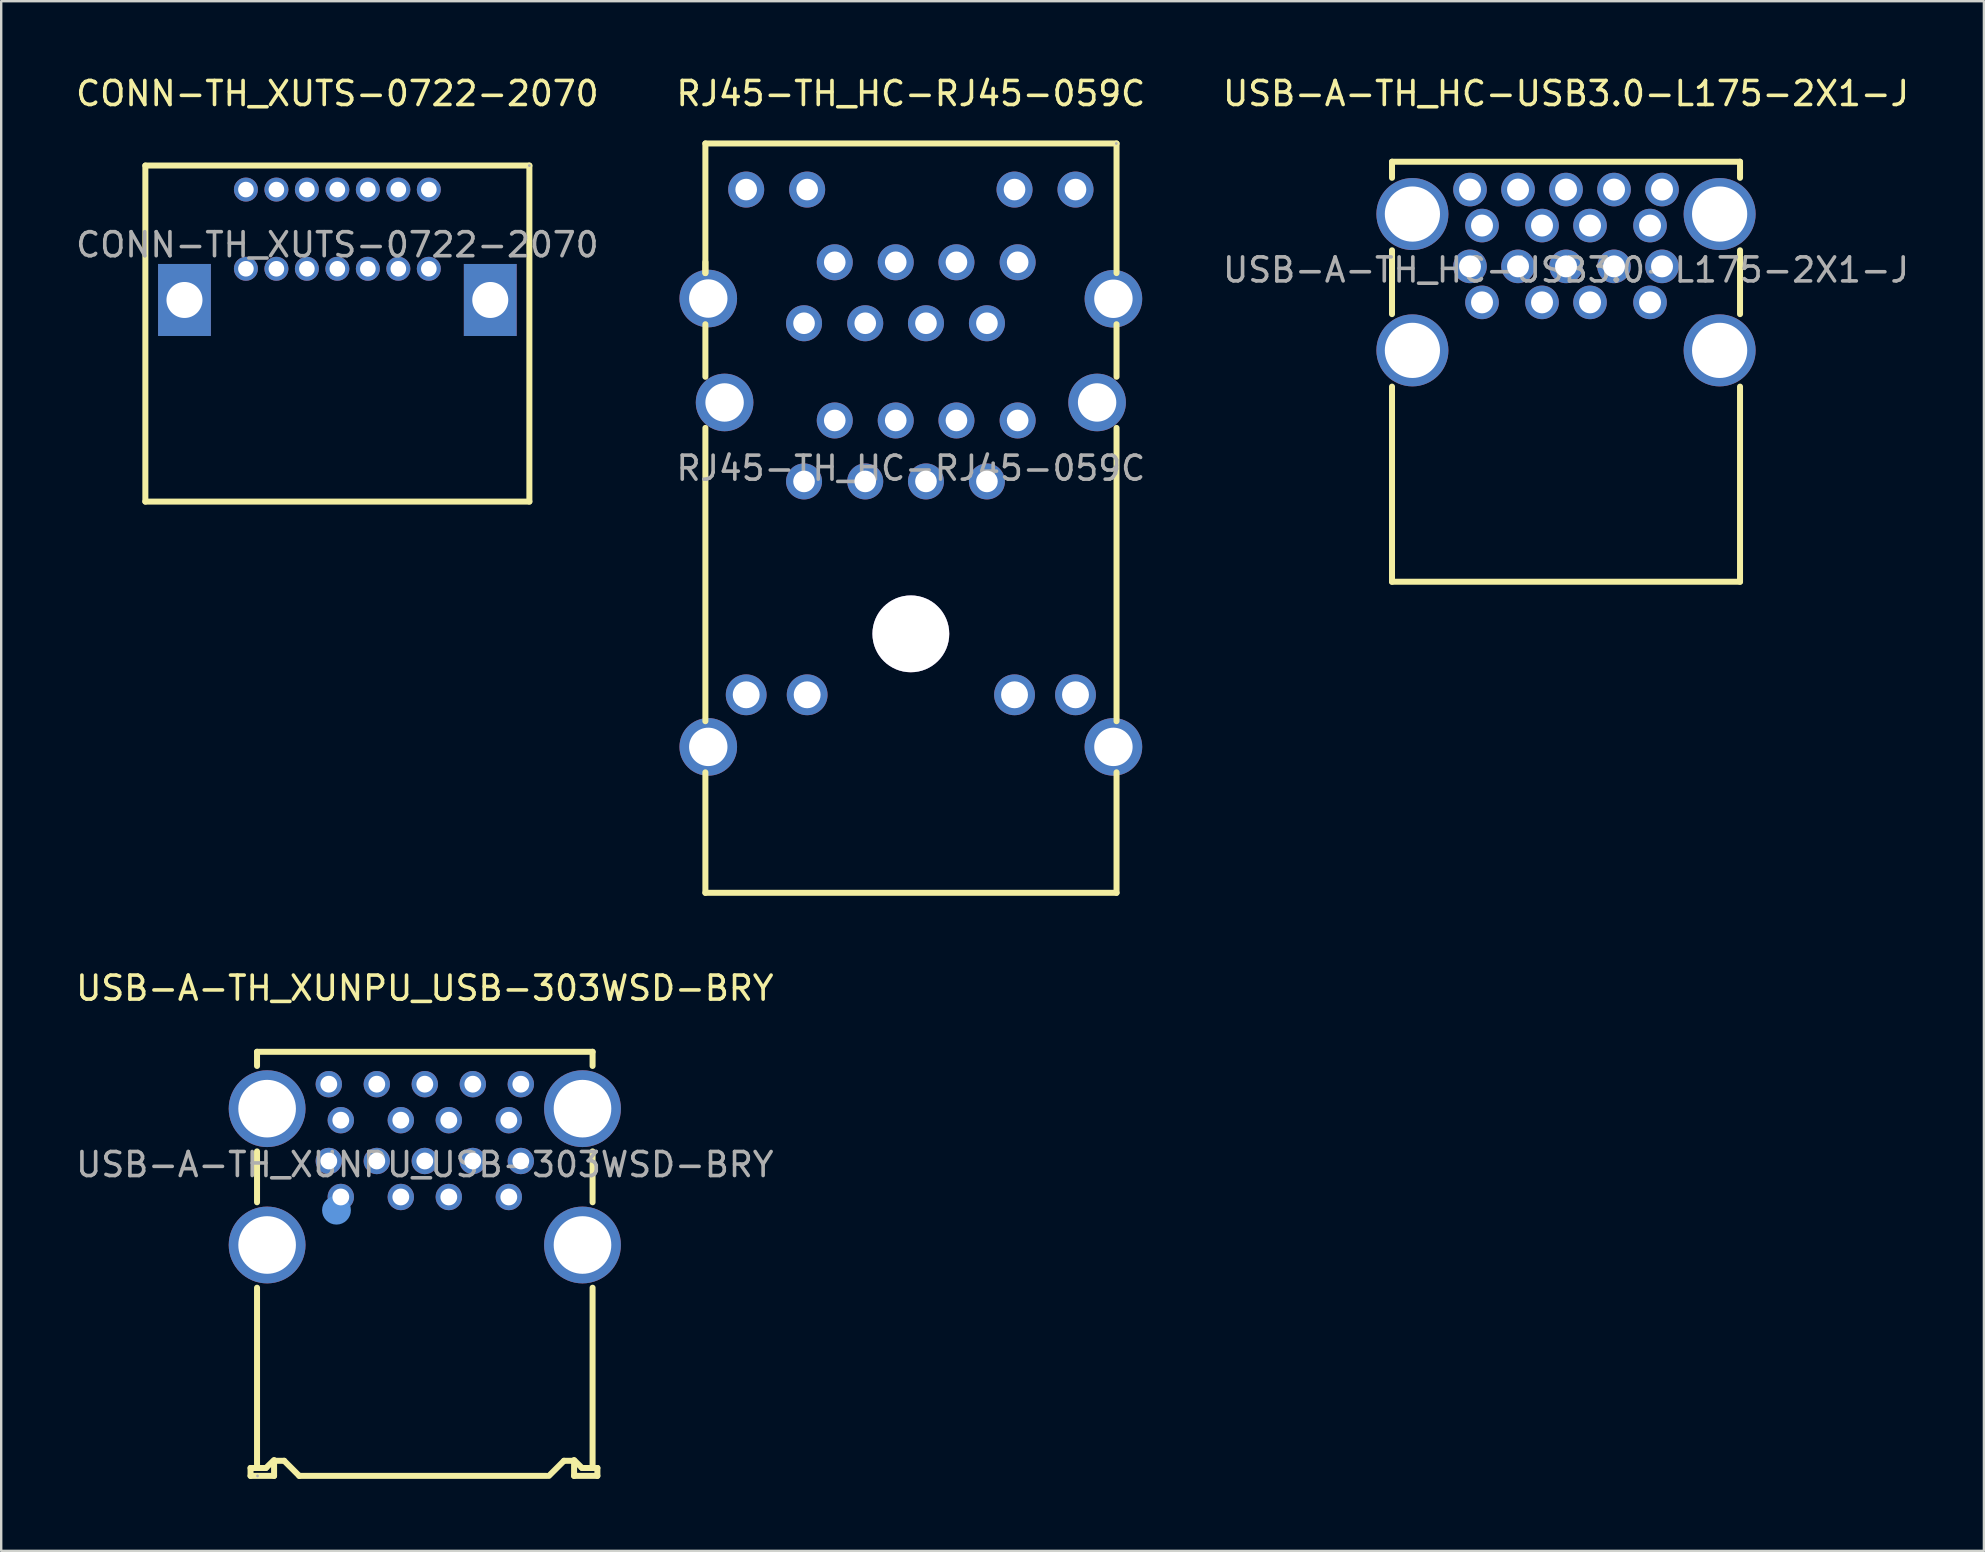
<source format=kicad_pcb>
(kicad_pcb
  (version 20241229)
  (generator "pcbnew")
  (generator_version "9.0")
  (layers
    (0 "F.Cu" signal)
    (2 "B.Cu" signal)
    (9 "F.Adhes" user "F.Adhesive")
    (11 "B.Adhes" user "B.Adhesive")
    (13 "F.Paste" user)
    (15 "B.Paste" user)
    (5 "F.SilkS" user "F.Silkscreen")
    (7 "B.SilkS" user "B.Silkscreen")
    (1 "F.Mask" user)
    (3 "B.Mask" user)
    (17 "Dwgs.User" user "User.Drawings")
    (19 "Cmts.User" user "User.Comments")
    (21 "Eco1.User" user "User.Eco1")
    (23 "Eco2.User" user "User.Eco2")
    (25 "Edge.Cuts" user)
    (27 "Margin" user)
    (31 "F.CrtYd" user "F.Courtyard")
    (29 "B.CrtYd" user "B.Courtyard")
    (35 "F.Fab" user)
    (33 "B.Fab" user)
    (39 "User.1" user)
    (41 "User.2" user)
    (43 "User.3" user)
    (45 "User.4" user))
  (footprint "USB-A-TH_HC-USB3.0-L175-2X1-J"
    (layer "F.Cu")
    (at 62.196 8.198)
    (property "Reference" "USB-A-TH_HC-USB3.0-L175-2X1-J" (at 0 -7.35 0) (layer "F.SilkS") (effects (font (size 1 1) (thickness 0.15))))
    (attr through_hole)
    (fp_line (start -7.25 -4.51) (end -7.25 -3.84) (stroke (width 0.25) (type solid)) (layer "F.SilkS"))
    (fp_line (start -7.25 -4.51) (end 7.25 -4.51) (stroke (width 0.25) (type solid)) (layer "F.SilkS"))
    (fp_line (start -7.25 -0.82) (end -7.25 1.84) (stroke (width 0.25) (type solid)) (layer "F.SilkS"))
    (fp_line (start -7.25 4.86) (end -7.25 12.99) (stroke (width 0.25) (type solid)) (layer "F.SilkS"))
    (fp_line (start -7.25 12.99) (end 7.25 12.99) (stroke (width 0.25) (type solid)) (layer "F.SilkS"))
    (fp_line (start 7.25 -4.51) (end 7.25 -3.84) (stroke (width 0.25) (type solid)) (layer "F.SilkS"))
    (fp_line (start 7.25 -0.82) (end 7.25 1.84) (stroke (width 0.25) (type solid)) (layer "F.SilkS"))
    (fp_line (start 7.25 4.86) (end 7.25 12.99) (stroke (width 0.25) (type solid)) (layer "F.SilkS"))
    (fp_text user "${REFERENCE}" (at 0 0 0) (layer "F.Fab") (effects (font (size 1 1) (thickness 0.15))))
    (pad "1" thru_hole circle (at -3.5 1.35) (size 1.4 1.4) (drill 0.914) (layers "*.Cu" "*.Mask"))
    (pad "2" thru_hole circle (at -1 1.35) (size 1.4 1.4) (drill 0.914) (layers "*.Cu" "*.Mask"))
    (pad "3" thru_hole circle (at 1 1.35) (size 1.4 1.4) (drill 0.914) (layers "*.Cu" "*.Mask"))
    (pad "4" thru_hole circle (at 3.5 1.35) (size 1.4 1.4) (drill 0.914) (layers "*.Cu" "*.Mask"))
    (pad "5" thru_hole circle (at 4 -0.15) (size 1.4 1.4) (drill 0.914) (layers "*.Cu" "*.Mask"))
    (pad "6" thru_hole circle (at 2 -0.15) (size 1.4 1.4) (drill 0.914) (layers "*.Cu" "*.Mask"))
    (pad "7" thru_hole circle (at 0 -0.15) (size 1.4 1.4) (drill 0.914) (layers "*.Cu" "*.Mask"))
    (pad "8" thru_hole circle (at -2 -0.15) (size 1.4 1.4) (drill 0.914) (layers "*.Cu" "*.Mask"))
    (pad "9" thru_hole circle (at -4 -0.15) (size 1.4 1.4) (drill 0.914) (layers "*.Cu" "*.Mask"))
    (pad "10" thru_hole circle (at -3.5 -1.85) (size 1.4 1.4) (drill 0.914) (layers "*.Cu" "*.Mask"))
    (pad "11" thru_hole circle (at -1 -1.85) (size 1.4 1.4) (drill 0.914) (layers "*.Cu" "*.Mask"))
    (pad "12" thru_hole circle (at 1 -1.85) (size 1.4 1.4) (drill 0.914) (layers "*.Cu" "*.Mask"))
    (pad "13" thru_hole circle (at 3.5 -1.85) (size 1.4 1.4) (drill 0.914) (layers "*.Cu" "*.Mask"))
    (pad "14" thru_hole circle (at 4 -3.35) (size 1.4 1.4) (drill 0.914) (layers "*.Cu" "*.Mask"))
    (pad "15" thru_hole circle (at 2 -3.35) (size 1.4 1.4) (drill 0.914) (layers "*.Cu" "*.Mask"))
    (pad "16" thru_hole circle (at 0 -3.35) (size 1.4 1.4) (drill 0.914) (layers "*.Cu" "*.Mask"))
    (pad "17" thru_hole circle (at -2 -3.35) (size 1.4 1.4) (drill 0.914) (layers "*.Cu" "*.Mask"))
    (pad "18" thru_hole circle (at -4 -3.35) (size 1.4 1.4) (drill 0.914) (layers "*.Cu" "*.Mask"))
    (pad "19" thru_hole circle (at 6.4 3.35) (size 3 3) (drill 2.3) (layers "*.Cu" "*.Mask"))
    (pad "20" thru_hole circle (at 6.4 -2.33) (size 3 3) (drill 2.3) (layers "*.Cu" "*.Mask"))
    (pad "21" thru_hole circle (at -6.4 -2.33) (size 3 3) (drill 2.3) (layers "*.Cu" "*.Mask"))
    (pad "22" thru_hole circle (at -6.4 3.35) (size 3 3) (drill 2.3) (layers "*.Cu" "*.Mask")))
  (footprint "RJ45-TH_HC-RJ45-059C"
    (layer "F.Cu")
    (at 34.899 16.458)
    (property "Reference" "RJ45-TH_HC-RJ45-059C" (at 0 -15.61 0) (layer "F.SilkS") (effects (font (size 1 1) (thickness 0.15))))
    (attr through_hole)
    (fp_line (start -8.56 -13.53) (end 8.57 -13.53) (stroke (width 0.25) (type solid)) (layer "F.SilkS"))
    (fp_line (start -8.56 -8.13) (end -8.56 -13.53) (stroke (width 0.25) (type solid)) (layer "F.SilkS"))
    (fp_line (start -8.56 -8.13) (end -8.56 -8.59) (stroke (width 0.25) (type solid)) (layer "F.SilkS"))
    (fp_line (start -8.56 -3.81) (end -8.56 -6) (stroke (width 0.25) (type solid)) (layer "F.SilkS"))
    (fp_line (start -8.56 10.54) (end -8.56 -1.68) (stroke (width 0.25) (type solid)) (layer "F.SilkS"))
    (fp_line (start -8.56 17.69) (end -8.56 12.67) (stroke (width 0.25) (type solid)) (layer "F.SilkS"))
    (fp_line (start 8.57 -13.53) (end 8.57 -8.13) (stroke (width 0.25) (type solid)) (layer "F.SilkS"))
    (fp_line (start 8.57 -6) (end 8.57 -3.81) (stroke (width 0.25) (type solid)) (layer "F.SilkS"))
    (fp_line (start 8.57 -1.68) (end 8.57 10.54) (stroke (width 0.25) (type solid)) (layer "F.SilkS"))
    (fp_line (start 8.57 12.67) (end 8.57 17.69) (stroke (width 0.25) (type solid)) (layer "F.SilkS"))
    (fp_line (start 8.57 17.69) (end -8.56 17.69) (stroke (width 0.25) (type solid)) (layer "F.SilkS"))
    (fp_circle (center 0 6.9) (end 0.75 6.9) (stroke (width 1.5) (type solid)) (fill no) (layer "Cmts.User"))
    (fp_circle (center 8.56 -13.53) (end 8.59 -13.53) (stroke (width 0.06) (type solid)) (fill no) (layer "F.Fab"))
    (fp_text user "${REFERENCE}" (at 0 0 0) (layer "F.Fab") (effects (font (size 1 1) (thickness 0.15))))
    (pad "" thru_hole circle (at 0 6.9) (size 3.2 3.2) (drill 3.2) (layers "*.Cu" "*.Mask"))
    (pad "1" thru_hole circle (at 4.45 -8.58) (size 1.5 1.5) (drill 0.9) (layers "*.Cu" "*.Mask"))
    (pad "2" thru_hole circle (at 3.17 -6.04) (size 1.5 1.5) (drill 0.9) (layers "*.Cu" "*.Mask"))
    (pad "3" thru_hole circle (at 1.9 -8.58) (size 1.5 1.5) (drill 0.9) (layers "*.Cu" "*.Mask"))
    (pad "4" thru_hole circle (at 0.63 -6.04) (size 1.5 1.5) (drill 0.9) (layers "*.Cu" "*.Mask"))
    (pad "5" thru_hole circle (at -0.63 -8.58) (size 1.5 1.5) (drill 0.9) (layers "*.Cu" "*.Mask"))
    (pad "6" thru_hole circle (at -1.9 -6.04) (size 1.5 1.5) (drill 0.9) (layers "*.Cu" "*.Mask"))
    (pad "7" thru_hole circle (at -3.17 -8.58) (size 1.5 1.5) (drill 0.9) (layers "*.Cu" "*.Mask"))
    (pad "8" thru_hole circle (at -4.45 -6.04) (size 1.5 1.5) (drill 0.9) (layers "*.Cu" "*.Mask"))
    (pad "9" thru_hole circle (at -4.45 0.55) (size 1.5 1.5) (drill 0.9) (layers "*.Cu" "*.Mask"))
    (pad "10" thru_hole circle (at -3.17 -1.99) (size 1.5 1.5) (drill 0.9) (layers "*.Cu" "*.Mask"))
    (pad "11" thru_hole circle (at -1.9 0.55) (size 1.5 1.5) (drill 0.9) (layers "*.Cu" "*.Mask"))
    (pad "12" thru_hole circle (at -0.63 -1.99) (size 1.5 1.5) (drill 0.9) (layers "*.Cu" "*.Mask"))
    (pad "13" thru_hole circle (at 0.63 0.55) (size 1.5 1.5) (drill 0.9) (layers "*.Cu" "*.Mask"))
    (pad "14" thru_hole circle (at 1.9 -1.99) (size 1.5 1.5) (drill 0.9) (layers "*.Cu" "*.Mask"))
    (pad "15" thru_hole circle (at 3.17 0.55) (size 1.5 1.5) (drill 0.9) (layers "*.Cu" "*.Mask"))
    (pad "16" thru_hole circle (at 4.45 -1.99) (size 1.5 1.5) (drill 0.9) (layers "*.Cu" "*.Mask"))
    (pad "17" thru_hole circle (at 6.86 9.44) (size 1.7 1.7) (drill 1.12) (layers "*.Cu" "*.Mask"))
    (pad "18" thru_hole circle (at 4.32 9.44) (size 1.7 1.7) (drill 1.12) (layers "*.Cu" "*.Mask"))
    (pad "19" thru_hole circle (at -4.32 9.44) (size 1.7 1.7) (drill 1.12) (layers "*.Cu" "*.Mask"))
    (pad "20" thru_hole circle (at -6.86 9.44) (size 1.7 1.7) (drill 1.12) (layers "*.Cu" "*.Mask"))
    (pad "21" thru_hole circle (at 6.86 -11.61) (size 1.5 1.5) (drill 0.9) (layers "*.Cu" "*.Mask"))
    (pad "22" thru_hole circle (at 4.32 -11.61) (size 1.5 1.5) (drill 0.9) (layers "*.Cu" "*.Mask"))
    (pad "23" thru_hole circle (at -4.32 -11.61) (size 1.5 1.5) (drill 0.9) (layers "*.Cu" "*.Mask"))
    (pad "24" thru_hole circle (at -6.86 -11.61) (size 1.5 1.5) (drill 0.9) (layers "*.Cu" "*.Mask"))
    (pad "25" thru_hole circle (at -8.44 -7.07) (size 2.4 2.4) (drill 1.6) (layers "*.Cu" "*.Mask"))
    (pad "26" thru_hole circle (at 8.44 -7.06) (size 2.4 2.4) (drill 1.6) (layers "*.Cu" "*.Mask"))
    (pad "27" thru_hole circle (at -7.76 -2.74) (size 2.4 2.4) (drill 1.6) (layers "*.Cu" "*.Mask"))
    (pad "28" thru_hole circle (at 7.76 -2.74) (size 2.4 2.4) (drill 1.6) (layers "*.Cu" "*.Mask"))
    (pad "29" thru_hole circle (at -8.44 11.61) (size 2.4 2.4) (drill 1.6) (layers "*.Cu" "*.Mask"))
    (pad "30" thru_hole circle (at 8.44 11.61) (size 2.4 2.4) (drill 1.6) (layers "*.Cu" "*.Mask")))
  (footprint "USB-A-TH_XUNPU_USB-303WSD-BRY"
    (layer "F.Cu")
    (at 14.649 45.471)
    (property "Reference" "USB-A-TH_XUNPU_USB-303WSD-BRY" (at 0 -7.35 0) (layer "F.SilkS") (effects (font (size 1 1) (thickness 0.15))))
    (attr through_hole)
    (fp_line (start -7.26 12.64) (end -6.62 12.64) (stroke (width 0.25) (type solid)) (layer "F.SilkS"))
    (fp_line (start -7.26 12.97) (end -7.26 12.64) (stroke (width 0.25) (type solid)) (layer "F.SilkS"))
    (fp_line (start -7.26 12.97) (end -6.28 12.97) (stroke (width 0.25) (type solid)) (layer "F.SilkS"))
    (fp_line (start -6.99 -4.7) (end -6.99 -4.11) (stroke (width 0.25) (type solid)) (layer "F.SilkS"))
    (fp_line (start -6.99 -4.7) (end 6.99 -4.7) (stroke (width 0.25) (type solid)) (layer "F.SilkS"))
    (fp_line (start -6.99 -0.55) (end -6.99 1.57) (stroke (width 0.25) (type solid)) (layer "F.SilkS"))
    (fp_line (start -6.99 5.13) (end -6.99 12.64) (stroke (width 0.25) (type solid)) (layer "F.SilkS"))
    (fp_line (start -6.62 12.64) (end -6.28 12.31) (stroke (width 0.25) (type solid)) (layer "F.SilkS"))
    (fp_line (start -6.28 12.34) (end -5.86 12.34) (stroke (width 0.25) (type solid)) (layer "F.SilkS"))
    (fp_line (start -6.28 12.97) (end -6.28 12.34) (stroke (width 0.25) (type solid)) (layer "F.SilkS"))
    (fp_line (start -5.86 12.34) (end -5.23 12.97) (stroke (width 0.25) (type solid)) (layer "F.SilkS"))
    (fp_line (start -5.23 12.97) (end 5.07 12.97) (stroke (width 0.25) (type solid)) (layer "F.SilkS"))
    (fp_line (start 5.8 12.34) (end 5.17 12.97) (stroke (width 0.25) (type solid)) (layer "F.SilkS"))
    (fp_line (start 6.22 12.34) (end 5.8 12.34) (stroke (width 0.25) (type solid)) (layer "F.SilkS"))
    (fp_line (start 6.22 12.97) (end 6.22 12.34) (stroke (width 0.25) (type solid)) (layer "F.SilkS"))
    (fp_line (start 6.22 12.97) (end 7.19 12.97) (stroke (width 0.25) (type solid)) (layer "F.SilkS"))
    (fp_line (start 6.55 12.64) (end 6.22 12.31) (stroke (width 0.25) (type solid)) (layer "F.SilkS"))
    (fp_line (start 6.99 -4.7) (end 6.99 -4.11) (stroke (width 0.25) (type solid)) (layer "F.SilkS"))
    (fp_line (start 6.99 -0.55) (end 6.99 1.57) (stroke (width 0.25) (type solid)) (layer "F.SilkS"))
    (fp_line (start 6.99 5.13) (end 6.99 12.64) (stroke (width 0.25) (type solid)) (layer "F.SilkS"))
    (fp_line (start 7.19 12.64) (end 6.55 12.64) (stroke (width 0.25) (type solid)) (layer "F.SilkS"))
    (fp_line (start 7.19 12.97) (end 7.19 12.64) (stroke (width 0.25) (type solid)) (layer "F.SilkS"))
    (fp_circle (center -3.68 1.9) (end -3.38 1.9) (stroke (width 0.6) (type solid)) (fill no) (layer "Cmts.User"))
    (fp_circle (center -6.97 12.97) (end -6.94 12.97) (stroke (width 0.06) (type solid)) (fill no) (layer "F.Fab"))
    (fp_text user "${REFERENCE}" (at 0 0 0) (layer "F.Fab") (effects (font (size 1 1) (thickness 0.15))))
    (pad "1" thru_hole circle (at -3.5 1.35) (size 1.1 1.1) (drill 0.7) (layers "*.Cu" "*.Mask"))
    (pad "2" thru_hole circle (at -1 1.35) (size 1.1 1.1) (drill 0.7) (layers "*.Cu" "*.Mask"))
    (pad "3" thru_hole circle (at 1 1.35) (size 1.1 1.1) (drill 0.7) (layers "*.Cu" "*.Mask"))
    (pad "4" thru_hole circle (at 3.5 1.35) (size 1.1 1.1) (drill 0.7) (layers "*.Cu" "*.Mask"))
    (pad "5" thru_hole circle (at 4 -0.15) (size 1.1 1.1) (drill 0.7) (layers "*.Cu" "*.Mask"))
    (pad "6" thru_hole circle (at 2 -0.15) (size 1.1 1.1) (drill 0.7) (layers "*.Cu" "*.Mask"))
    (pad "7" thru_hole circle (at 0 -0.15) (size 1.1 1.1) (drill 0.7) (layers "*.Cu" "*.Mask"))
    (pad "8" thru_hole circle (at -2 -0.15) (size 1.1 1.1) (drill 0.7) (layers "*.Cu" "*.Mask"))
    (pad "9" thru_hole circle (at -4 -0.15) (size 1.1 1.1) (drill 0.7) (layers "*.Cu" "*.Mask"))
    (pad "10" thru_hole circle (at -3.5 -1.85) (size 1.1 1.1) (drill 0.7) (layers "*.Cu" "*.Mask"))
    (pad "11" thru_hole circle (at -1 -1.85) (size 1.1 1.1) (drill 0.7) (layers "*.Cu" "*.Mask"))
    (pad "12" thru_hole circle (at 1 -1.85) (size 1.1 1.1) (drill 0.7) (layers "*.Cu" "*.Mask"))
    (pad "13" thru_hole circle (at 3.5 -1.85) (size 1.1 1.1) (drill 0.7) (layers "*.Cu" "*.Mask"))
    (pad "14" thru_hole circle (at 4 -3.35) (size 1.1 1.1) (drill 0.7) (layers "*.Cu" "*.Mask"))
    (pad "15" thru_hole circle (at 2 -3.35) (size 1.1 1.1) (drill 0.7) (layers "*.Cu" "*.Mask"))
    (pad "16" thru_hole circle (at 0 -3.35) (size 1.1 1.1) (drill 0.7) (layers "*.Cu" "*.Mask"))
    (pad "17" thru_hole circle (at -2 -3.35) (size 1.1 1.1) (drill 0.7) (layers "*.Cu" "*.Mask"))
    (pad "18" thru_hole circle (at -4 -3.35) (size 1.1 1.1) (drill 0.7) (layers "*.Cu" "*.Mask"))
    (pad "19" thru_hole circle (at 6.57 3.35) (size 3.2 3.2) (drill 2.4) (layers "*.Cu" "*.Mask"))
    (pad "20" thru_hole circle (at 6.57 -2.33) (size 3.2 3.2) (drill 2.4) (layers "*.Cu" "*.Mask"))
    (pad "21" thru_hole circle (at -6.57 -2.33) (size 3.2 3.2) (drill 2.4) (layers "*.Cu" "*.Mask"))
    (pad "22" thru_hole circle (at -6.57 3.35) (size 3.2 3.2) (drill 2.4) (layers "*.Cu" "*.Mask")))
  (footprint "CONN-TH_XUTS-0722-2070"
    (layer "F.Cu")
    (at 11.006 7.148)
    (property "Reference" "CONN-TH_XUTS-0722-2070" (at 0 -6.3 0) (layer "F.SilkS") (effects (font (size 1 1) (thickness 0.15))))
    (attr through_hole)
    (fp_line (start -8 -3.3) (end 8 -3.3) (stroke (width 0.25) (type solid)) (layer "F.SilkS"))
    (fp_line (start -8 10.7) (end -8 -3.3) (stroke (width 0.25) (type solid)) (layer "F.SilkS"))
    (fp_line (start 8 -3.3) (end 8 10.7) (stroke (width 0.25) (type solid)) (layer "F.SilkS"))
    (fp_line (start 8 10.7) (end -8 10.7) (stroke (width 0.25) (type solid)) (layer "F.SilkS"))
    (fp_circle (center 8 -3.3) (end 8.03 -3.3) (stroke (width 0.06) (type solid)) (fill no) (layer "F.Fab"))
    (fp_text user "${REFERENCE}" (at 0 0 0) (layer "F.Fab") (effects (font (size 1 1) (thickness 0.15))))
    (pad "1" thru_hole circle (at 3.81 -2.3 180) (size 1 1) (drill 0.65) (layers "*.Cu" "*.Mask"))
    (pad "2" thru_hole circle (at 2.54 -2.3 180) (size 1 1) (drill 0.65) (layers "*.Cu" "*.Mask"))
    (pad "3" thru_hole circle (at 1.27 -2.3 180) (size 1 1) (drill 0.65) (layers "*.Cu" "*.Mask"))
    (pad "4" thru_hole circle (at 0 -2.3 180) (size 1 1) (drill 0.65) (layers "*.Cu" "*.Mask"))
    (pad "5" thru_hole circle (at -1.27 -2.3 180) (size 1 1) (drill 0.65) (layers "*.Cu" "*.Mask"))
    (pad "6" thru_hole circle (at -2.54 -2.3 180) (size 1 1) (drill 0.65) (layers "*.Cu" "*.Mask"))
    (pad "7" thru_hole circle (at -3.81 -2.3 180) (size 1 1) (drill 0.65) (layers "*.Cu" "*.Mask"))
    (pad "15" thru_hole rect (at 6.37 2.3 180) (size 2.2 3) (drill 1.5) (layers "*.Cu" "*.Mask"))
    (pad "16" thru_hole rect (at -6.37 2.3 180) (size 2.2 3) (drill 1.5) (layers "*.Cu" "*.Mask"))
    (pad "S1" thru_hole circle (at 3.81 1 180) (size 1 1) (drill 0.65) (layers "*.Cu" "*.Mask"))
    (pad "S2" thru_hole circle (at 2.54 1 180) (size 1 1) (drill 0.65) (layers "*.Cu" "*.Mask"))
    (pad "S3" thru_hole circle (at 1.27 1 180) (size 1 1) (drill 0.65) (layers "*.Cu" "*.Mask"))
    (pad "S4" thru_hole circle (at 0 1 180) (size 1 1) (drill 0.65) (layers "*.Cu" "*.Mask"))
    (pad "S5" thru_hole circle (at -1.27 1 180) (size 1 1) (drill 0.65) (layers "*.Cu" "*.Mask"))
    (pad "S6" thru_hole circle (at -2.54 1 180) (size 1 1) (drill 0.65) (layers "*.Cu" "*.Mask"))
    (pad "S7" thru_hole circle (at -3.81 1 180) (size 1 1) (drill 0.65) (layers "*.Cu" "*.Mask")))
  (gr_rect
    (start -3 -3)
    (end 79.607 61.566)
    (stroke (width 0.1) (type default))
    (fill no)
    (layer "Edge.Cuts")))
</source>
